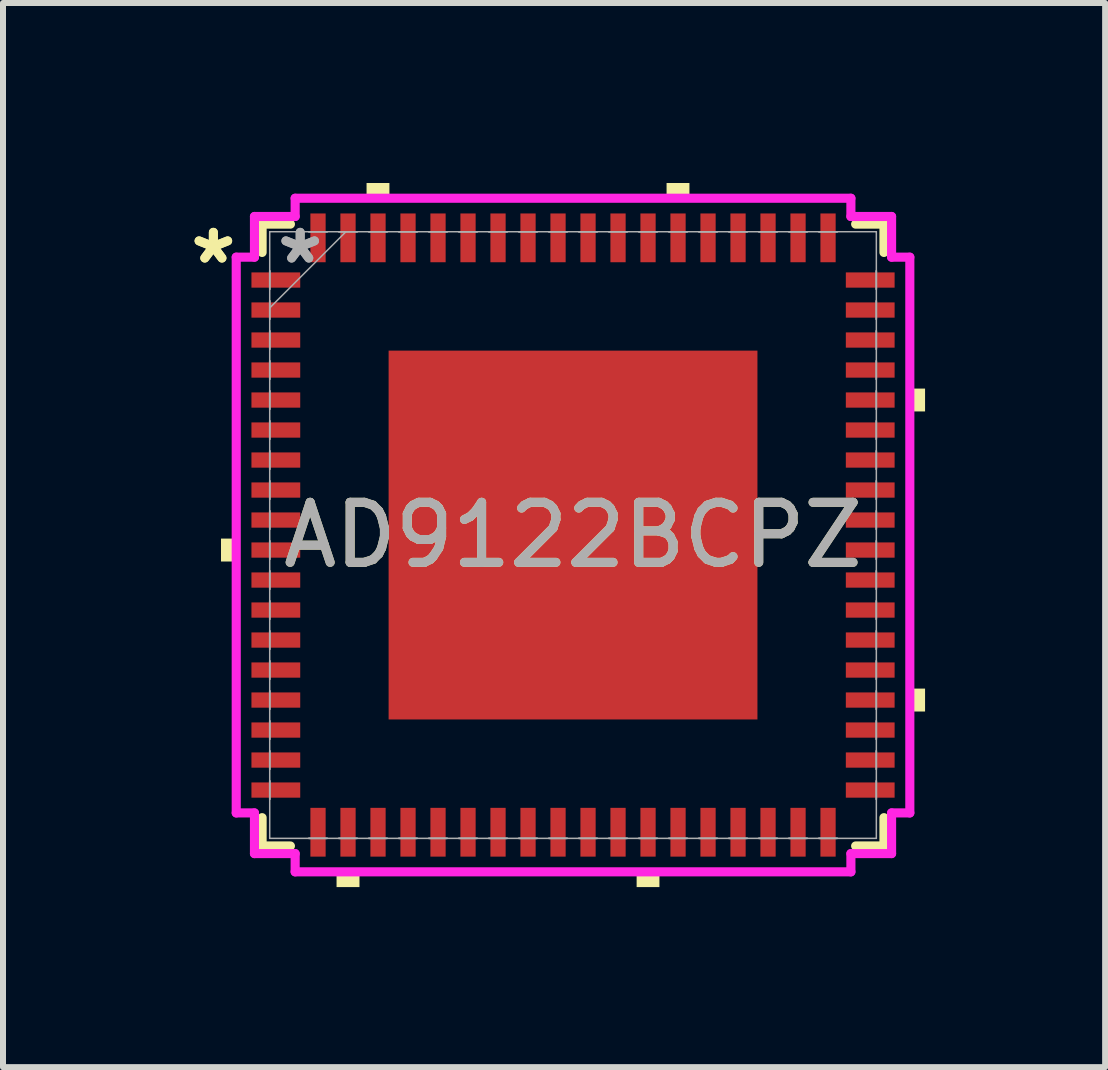
<source format=kicad_pcb>
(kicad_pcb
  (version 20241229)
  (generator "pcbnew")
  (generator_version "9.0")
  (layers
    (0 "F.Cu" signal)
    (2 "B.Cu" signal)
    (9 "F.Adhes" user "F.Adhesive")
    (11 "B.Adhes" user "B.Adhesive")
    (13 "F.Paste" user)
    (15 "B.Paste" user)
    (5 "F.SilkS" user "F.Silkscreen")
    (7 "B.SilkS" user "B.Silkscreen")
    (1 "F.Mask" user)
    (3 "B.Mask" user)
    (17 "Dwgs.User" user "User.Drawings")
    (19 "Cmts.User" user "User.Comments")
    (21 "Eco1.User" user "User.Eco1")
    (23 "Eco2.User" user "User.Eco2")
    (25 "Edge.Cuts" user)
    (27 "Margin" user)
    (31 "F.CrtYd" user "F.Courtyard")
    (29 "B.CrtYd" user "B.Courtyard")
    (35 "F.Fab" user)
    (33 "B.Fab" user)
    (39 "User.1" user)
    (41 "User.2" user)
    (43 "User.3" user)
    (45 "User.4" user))
  (footprint "AD9122BCPZ"
    (layer "F.Cu")
    (at 6.5 5.867)
    (property "Reference" "AD9122BCPZ" (at 0 0 0) (unlocked yes) (layer "F.SilkS") (effects (font (size 1 1) (thickness 0.15))))
    (attr smd)
    (fp_line (start -5.182 -5.182) (end -5.182 -4.71) (stroke (width 0.152) (type solid)) (layer "F.SilkS"))
    (fp_line (start -5.182 4.71) (end -5.182 5.182) (stroke (width 0.152) (type solid)) (layer "F.SilkS"))
    (fp_line (start -5.182 5.182) (end -4.71 5.182) (stroke (width 0.152) (type solid)) (layer "F.SilkS"))
    (fp_line (start -4.71 -5.182) (end -5.182 -5.182) (stroke (width 0.152) (type solid)) (layer "F.SilkS"))
    (fp_line (start 4.71 5.182) (end 5.182 5.182) (stroke (width 0.152) (type solid)) (layer "F.SilkS"))
    (fp_line (start 5.182 -5.182) (end 4.71 -5.182) (stroke (width 0.152) (type solid)) (layer "F.SilkS"))
    (fp_line (start 5.182 -4.71) (end 5.182 -5.182) (stroke (width 0.152) (type solid)) (layer "F.SilkS"))
    (fp_line (start 5.182 5.182) (end 5.182 4.71) (stroke (width 0.152) (type solid)) (layer "F.SilkS"))
    (fp_poly (pts (xy -5.867 0.059) (xy -5.867 0.441) (xy -5.613 0.441) (xy -5.613 0.059)) (stroke (width 0) (type solid)) (fill yes) (layer "F.SilkS"))
    (fp_poly (pts (xy -3.941 5.613) (xy -3.941 5.867) (xy -3.559 5.867) (xy -3.559 5.613)) (stroke (width 0) (type solid)) (fill yes) (layer "F.SilkS"))
    (fp_poly (pts (xy -3.441 -5.613) (xy -3.441 -5.867) (xy -3.06 -5.867) (xy -3.06 -5.613)) (stroke (width 0) (type solid)) (fill yes) (layer "F.SilkS"))
    (fp_poly (pts (xy 1.06 5.613) (xy 1.06 5.867) (xy 1.44 5.867) (xy 1.44 5.613)) (stroke (width 0) (type solid)) (fill yes) (layer "F.SilkS"))
    (fp_poly (pts (xy 1.559 -5.613) (xy 1.559 -5.867) (xy 1.94 -5.867) (xy 1.94 -5.613)) (stroke (width 0) (type solid)) (fill yes) (layer "F.SilkS"))
    (fp_poly (pts (xy 5.867 -2.441) (xy 5.867 -2.06) (xy 5.613 -2.06) (xy 5.613 -2.441)) (stroke (width 0) (type solid)) (fill yes) (layer "F.SilkS"))
    (fp_poly (pts (xy 5.867 2.559) (xy 5.867 2.941) (xy 5.613 2.941) (xy 5.613 2.559)) (stroke (width 0) (type solid)) (fill yes) (layer "F.SilkS"))
    (fp_poly (pts (xy -2.973 -2.973) (xy -2.973 -1.637) (xy -1.637 -1.637) (xy -1.637 -2.973)) (stroke (width 0) (type solid)) (fill yes) (layer "F.Paste"))
    (fp_poly (pts (xy -2.973 -1.437) (xy -2.973 -0.1) (xy -1.637 -0.1) (xy -1.637 -1.437)) (stroke (width 0) (type solid)) (fill yes) (layer "F.Paste"))
    (fp_poly (pts (xy -2.973 0.1) (xy -2.973 1.437) (xy -1.637 1.437) (xy -1.637 0.1)) (stroke (width 0) (type solid)) (fill yes) (layer "F.Paste"))
    (fp_poly (pts (xy -2.973 1.637) (xy -2.973 2.973) (xy -1.637 2.973) (xy -1.637 1.637)) (stroke (width 0) (type solid)) (fill yes) (layer "F.Paste"))
    (fp_poly (pts (xy -1.437 -2.973) (xy -1.437 -1.637) (xy -0.1 -1.637) (xy -0.1 -2.973)) (stroke (width 0) (type solid)) (fill yes) (layer "F.Paste"))
    (fp_poly (pts (xy -1.437 -1.437) (xy -1.437 -0.1) (xy -0.1 -0.1) (xy -0.1 -1.437)) (stroke (width 0) (type solid)) (fill yes) (layer "F.Paste"))
    (fp_poly (pts (xy -1.437 0.1) (xy -1.437 1.437) (xy -0.1 1.437) (xy -0.1 0.1)) (stroke (width 0) (type solid)) (fill yes) (layer "F.Paste"))
    (fp_poly (pts (xy -1.437 1.637) (xy -1.437 2.973) (xy -0.1 2.973) (xy -0.1 1.637)) (stroke (width 0) (type solid)) (fill yes) (layer "F.Paste"))
    (fp_poly (pts (xy 0.1 -2.973) (xy 0.1 -1.637) (xy 1.437 -1.637) (xy 1.437 -2.973)) (stroke (width 0) (type solid)) (fill yes) (layer "F.Paste"))
    (fp_poly (pts (xy 0.1 -1.437) (xy 0.1 -0.1) (xy 1.437 -0.1) (xy 1.437 -1.437)) (stroke (width 0) (type solid)) (fill yes) (layer "F.Paste"))
    (fp_poly (pts (xy 0.1 0.1) (xy 0.1 1.437) (xy 1.437 1.437) (xy 1.437 0.1)) (stroke (width 0) (type solid)) (fill yes) (layer "F.Paste"))
    (fp_poly (pts (xy 0.1 1.637) (xy 0.1 2.973) (xy 1.437 2.973) (xy 1.437 1.637)) (stroke (width 0) (type solid)) (fill yes) (layer "F.Paste"))
    (fp_poly (pts (xy 1.637 -2.973) (xy 1.637 -1.637) (xy 2.973 -1.637) (xy 2.973 -2.973)) (stroke (width 0) (type solid)) (fill yes) (layer "F.Paste"))
    (fp_poly (pts (xy 1.637 -1.437) (xy 1.637 -0.1) (xy 2.973 -0.1) (xy 2.973 -1.437)) (stroke (width 0) (type solid)) (fill yes) (layer "F.Paste"))
    (fp_poly (pts (xy 1.637 0.1) (xy 1.637 1.437) (xy 2.973 1.437) (xy 2.973 0.1)) (stroke (width 0) (type solid)) (fill yes) (layer "F.Paste"))
    (fp_poly (pts (xy 1.637 1.637) (xy 1.637 2.973) (xy 2.973 2.973) (xy 2.973 1.637)) (stroke (width 0) (type solid)) (fill yes) (layer "F.Paste"))
    (fp_line (start -5.613 -4.631) (end -5.309 -4.631) (stroke (width 0.152) (type solid)) (layer "F.CrtYd"))
    (fp_line (start -5.613 4.631) (end -5.613 -4.631) (stroke (width 0.152) (type solid)) (layer "F.CrtYd"))
    (fp_line (start -5.309 -5.309) (end -4.631 -5.309) (stroke (width 0.152) (type solid)) (layer "F.CrtYd"))
    (fp_line (start -5.309 -4.631) (end -5.309 -5.309) (stroke (width 0.152) (type solid)) (layer "F.CrtYd"))
    (fp_line (start -5.309 4.631) (end -5.613 4.631) (stroke (width 0.152) (type solid)) (layer "F.CrtYd"))
    (fp_line (start -5.309 5.309) (end -5.309 4.631) (stroke (width 0.152) (type solid)) (layer "F.CrtYd"))
    (fp_line (start -4.631 -5.613) (end 4.631 -5.613) (stroke (width 0.152) (type solid)) (layer "F.CrtYd"))
    (fp_line (start -4.631 -5.309) (end -4.631 -5.613) (stroke (width 0.152) (type solid)) (layer "F.CrtYd"))
    (fp_line (start -4.631 5.309) (end -5.309 5.309) (stroke (width 0.152) (type solid)) (layer "F.CrtYd"))
    (fp_line (start -4.631 5.613) (end -4.631 5.309) (stroke (width 0.152) (type solid)) (layer "F.CrtYd"))
    (fp_line (start 4.631 -5.613) (end 4.631 -5.309) (stroke (width 0.152) (type solid)) (layer "F.CrtYd"))
    (fp_line (start 4.631 -5.309) (end 5.309 -5.309) (stroke (width 0.152) (type solid)) (layer "F.CrtYd"))
    (fp_line (start 4.631 5.309) (end 4.631 5.613) (stroke (width 0.152) (type solid)) (layer "F.CrtYd"))
    (fp_line (start 4.631 5.613) (end -4.631 5.613) (stroke (width 0.152) (type solid)) (layer "F.CrtYd"))
    (fp_line (start 5.309 -5.309) (end 5.309 -4.631) (stroke (width 0.152) (type solid)) (layer "F.CrtYd"))
    (fp_line (start 5.309 -4.631) (end 5.613 -4.631) (stroke (width 0.152) (type solid)) (layer "F.CrtYd"))
    (fp_line (start 5.309 4.631) (end 5.309 5.309) (stroke (width 0.152) (type solid)) (layer "F.CrtYd"))
    (fp_line (start 5.309 5.309) (end 4.631 5.309) (stroke (width 0.152) (type solid)) (layer "F.CrtYd"))
    (fp_line (start 5.613 -4.631) (end 5.613 4.631) (stroke (width 0.152) (type solid)) (layer "F.CrtYd"))
    (fp_line (start 5.613 4.631) (end 5.309 4.631) (stroke (width 0.152) (type solid)) (layer "F.CrtYd"))
    (fp_line (start -5.055 -5.055) (end -5.055 -5.055) (stroke (width 0.025) (type solid)) (layer "F.Fab"))
    (fp_line (start -5.055 -5.055) (end -5.055 5.055) (stroke (width 0.025) (type solid)) (layer "F.Fab"))
    (fp_line (start -5.055 -4.402) (end -5.055 -4.402) (stroke (width 0.025) (type solid)) (layer "F.Fab"))
    (fp_line (start -5.055 -4.402) (end -5.055 -4.098) (stroke (width 0.025) (type solid)) (layer "F.Fab"))
    (fp_line (start -5.055 -4.098) (end -5.055 -4.402) (stroke (width 0.025) (type solid)) (layer "F.Fab"))
    (fp_line (start -5.055 -4.098) (end -5.055 -4.098) (stroke (width 0.025) (type solid)) (layer "F.Fab"))
    (fp_line (start -5.055 -3.902) (end -5.055 -3.902) (stroke (width 0.025) (type solid)) (layer "F.Fab"))
    (fp_line (start -5.055 -3.902) (end -5.055 -3.598) (stroke (width 0.025) (type solid)) (layer "F.Fab"))
    (fp_line (start -5.055 -3.785) (end -3.785 -5.055) (stroke (width 0.025) (type solid)) (layer "F.Fab"))
    (fp_line (start -5.055 -3.598) (end -5.055 -3.902) (stroke (width 0.025) (type solid)) (layer "F.Fab"))
    (fp_line (start -5.055 -3.598) (end -5.055 -3.598) (stroke (width 0.025) (type solid)) (layer "F.Fab"))
    (fp_line (start -5.055 -3.402) (end -5.055 -3.402) (stroke (width 0.025) (type solid)) (layer "F.Fab"))
    (fp_line (start -5.055 -3.402) (end -5.055 -3.098) (stroke (width 0.025) (type solid)) (layer "F.Fab"))
    (fp_line (start -5.055 -3.098) (end -5.055 -3.402) (stroke (width 0.025) (type solid)) (layer "F.Fab"))
    (fp_line (start -5.055 -3.098) (end -5.055 -3.098) (stroke (width 0.025) (type solid)) (layer "F.Fab"))
    (fp_line (start -5.055 -2.902) (end -5.055 -2.902) (stroke (width 0.025) (type solid)) (layer "F.Fab"))
    (fp_line (start -5.055 -2.902) (end -5.055 -2.598) (stroke (width 0.025) (type solid)) (layer "F.Fab"))
    (fp_line (start -5.055 -2.598) (end -5.055 -2.902) (stroke (width 0.025) (type solid)) (layer "F.Fab"))
    (fp_line (start -5.055 -2.598) (end -5.055 -2.598) (stroke (width 0.025) (type solid)) (layer "F.Fab"))
    (fp_line (start -5.055 -2.402) (end -5.055 -2.402) (stroke (width 0.025) (type solid)) (layer "F.Fab"))
    (fp_line (start -5.055 -2.402) (end -5.055 -2.098) (stroke (width 0.025) (type solid)) (layer "F.Fab"))
    (fp_line (start -5.055 -2.098) (end -5.055 -2.402) (stroke (width 0.025) (type solid)) (layer "F.Fab"))
    (fp_line (start -5.055 -2.098) (end -5.055 -2.098) (stroke (width 0.025) (type solid)) (layer "F.Fab"))
    (fp_line (start -5.055 -1.902) (end -5.055 -1.902) (stroke (width 0.025) (type solid)) (layer "F.Fab"))
    (fp_line (start -5.055 -1.902) (end -5.055 -1.598) (stroke (width 0.025) (type solid)) (layer "F.Fab"))
    (fp_line (start -5.055 -1.598) (end -5.055 -1.902) (stroke (width 0.025) (type solid)) (layer "F.Fab"))
    (fp_line (start -5.055 -1.598) (end -5.055 -1.598) (stroke (width 0.025) (type solid)) (layer "F.Fab"))
    (fp_line (start -5.055 -1.402) (end -5.055 -1.402) (stroke (width 0.025) (type solid)) (layer "F.Fab"))
    (fp_line (start -5.055 -1.402) (end -5.055 -1.098) (stroke (width 0.025) (type solid)) (layer "F.Fab"))
    (fp_line (start -5.055 -1.098) (end -5.055 -1.402) (stroke (width 0.025) (type solid)) (layer "F.Fab"))
    (fp_line (start -5.055 -1.098) (end -5.055 -1.098) (stroke (width 0.025) (type solid)) (layer "F.Fab"))
    (fp_line (start -5.055 -0.902) (end -5.055 -0.902) (stroke (width 0.025) (type solid)) (layer "F.Fab"))
    (fp_line (start -5.055 -0.902) (end -5.055 -0.598) (stroke (width 0.025) (type solid)) (layer "F.Fab"))
    (fp_line (start -5.055 -0.598) (end -5.055 -0.902) (stroke (width 0.025) (type solid)) (layer "F.Fab"))
    (fp_line (start -5.055 -0.598) (end -5.055 -0.598) (stroke (width 0.025) (type solid)) (layer "F.Fab"))
    (fp_line (start -5.055 -0.402) (end -5.055 -0.402) (stroke (width 0.025) (type solid)) (layer "F.Fab"))
    (fp_line (start -5.055 -0.402) (end -5.055 -0.098) (stroke (width 0.025) (type solid)) (layer "F.Fab"))
    (fp_line (start -5.055 -0.098) (end -5.055 -0.402) (stroke (width 0.025) (type solid)) (layer "F.Fab"))
    (fp_line (start -5.055 -0.098) (end -5.055 -0.098) (stroke (width 0.025) (type solid)) (layer "F.Fab"))
    (fp_line (start -5.055 0.098) (end -5.055 0.098) (stroke (width 0.025) (type solid)) (layer "F.Fab"))
    (fp_line (start -5.055 0.098) (end -5.055 0.402) (stroke (width 0.025) (type solid)) (layer "F.Fab"))
    (fp_line (start -5.055 0.402) (end -5.055 0.098) (stroke (width 0.025) (type solid)) (layer "F.Fab"))
    (fp_line (start -5.055 0.402) (end -5.055 0.402) (stroke (width 0.025) (type solid)) (layer "F.Fab"))
    (fp_line (start -5.055 0.598) (end -5.055 0.598) (stroke (width 0.025) (type solid)) (layer "F.Fab"))
    (fp_line (start -5.055 0.598) (end -5.055 0.902) (stroke (width 0.025) (type solid)) (layer "F.Fab"))
    (fp_line (start -5.055 0.902) (end -5.055 0.598) (stroke (width 0.025) (type solid)) (layer "F.Fab"))
    (fp_line (start -5.055 0.902) (end -5.055 0.902) (stroke (width 0.025) (type solid)) (layer "F.Fab"))
    (fp_line (start -5.055 1.098) (end -5.055 1.098) (stroke (width 0.025) (type solid)) (layer "F.Fab"))
    (fp_line (start -5.055 1.098) (end -5.055 1.402) (stroke (width 0.025) (type solid)) (layer "F.Fab"))
    (fp_line (start -5.055 1.402) (end -5.055 1.098) (stroke (width 0.025) (type solid)) (layer "F.Fab"))
    (fp_line (start -5.055 1.402) (end -5.055 1.402) (stroke (width 0.025) (type solid)) (layer "F.Fab"))
    (fp_line (start -5.055 1.598) (end -5.055 1.598) (stroke (width 0.025) (type solid)) (layer "F.Fab"))
    (fp_line (start -5.055 1.598) (end -5.055 1.902) (stroke (width 0.025) (type solid)) (layer "F.Fab"))
    (fp_line (start -5.055 1.902) (end -5.055 1.598) (stroke (width 0.025) (type solid)) (layer "F.Fab"))
    (fp_line (start -5.055 1.902) (end -5.055 1.902) (stroke (width 0.025) (type solid)) (layer "F.Fab"))
    (fp_line (start -5.055 2.098) (end -5.055 2.098) (stroke (width 0.025) (type solid)) (layer "F.Fab"))
    (fp_line (start -5.055 2.098) (end -5.055 2.402) (stroke (width 0.025) (type solid)) (layer "F.Fab"))
    (fp_line (start -5.055 2.402) (end -5.055 2.098) (stroke (width 0.025) (type solid)) (layer "F.Fab"))
    (fp_line (start -5.055 2.402) (end -5.055 2.402) (stroke (width 0.025) (type solid)) (layer "F.Fab"))
    (fp_line (start -5.055 2.598) (end -5.055 2.598) (stroke (width 0.025) (type solid)) (layer "F.Fab"))
    (fp_line (start -5.055 2.598) (end -5.055 2.902) (stroke (width 0.025) (type solid)) (layer "F.Fab"))
    (fp_line (start -5.055 2.902) (end -5.055 2.598) (stroke (width 0.025) (type solid)) (layer "F.Fab"))
    (fp_line (start -5.055 2.902) (end -5.055 2.902) (stroke (width 0.025) (type solid)) (layer "F.Fab"))
    (fp_line (start -5.055 3.098) (end -5.055 3.098) (stroke (width 0.025) (type solid)) (layer "F.Fab"))
    (fp_line (start -5.055 3.098) (end -5.055 3.402) (stroke (width 0.025) (type solid)) (layer "F.Fab"))
    (fp_line (start -5.055 3.402) (end -5.055 3.098) (stroke (width 0.025) (type solid)) (layer "F.Fab"))
    (fp_line (start -5.055 3.402) (end -5.055 3.402) (stroke (width 0.025) (type solid)) (layer "F.Fab"))
    (fp_line (start -5.055 3.598) (end -5.055 3.598) (stroke (width 0.025) (type solid)) (layer "F.Fab"))
    (fp_line (start -5.055 3.598) (end -5.055 3.902) (stroke (width 0.025) (type solid)) (layer "F.Fab"))
    (fp_line (start -5.055 3.902) (end -5.055 3.598) (stroke (width 0.025) (type solid)) (layer "F.Fab"))
    (fp_line (start -5.055 3.902) (end -5.055 3.902) (stroke (width 0.025) (type solid)) (layer "F.Fab"))
    (fp_line (start -5.055 4.098) (end -5.055 4.098) (stroke (width 0.025) (type solid)) (layer "F.Fab"))
    (fp_line (start -5.055 4.098) (end -5.055 4.402) (stroke (width 0.025) (type solid)) (layer "F.Fab"))
    (fp_line (start -5.055 4.402) (end -5.055 4.098) (stroke (width 0.025) (type solid)) (layer "F.Fab"))
    (fp_line (start -5.055 4.402) (end -5.055 4.402) (stroke (width 0.025) (type solid)) (layer "F.Fab"))
    (fp_line (start -5.055 5.055) (end -5.055 5.055) (stroke (width 0.025) (type solid)) (layer "F.Fab"))
    (fp_line (start -5.055 5.055) (end 5.055 5.055) (stroke (width 0.025) (type solid)) (layer "F.Fab"))
    (fp_line (start -4.402 -5.055) (end -4.402 -5.055) (stroke (width 0.025) (type solid)) (layer "F.Fab"))
    (fp_line (start -4.402 -5.055) (end -4.098 -5.055) (stroke (width 0.025) (type solid)) (layer "F.Fab"))
    (fp_line (start -4.402 5.055) (end -4.402 5.055) (stroke (width 0.025) (type solid)) (layer "F.Fab"))
    (fp_line (start -4.402 5.055) (end -4.098 5.055) (stroke (width 0.025) (type solid)) (layer "F.Fab"))
    (fp_line (start -4.098 -5.055) (end -4.402 -5.055) (stroke (width 0.025) (type solid)) (layer "F.Fab"))
    (fp_line (start -4.098 -5.055) (end -4.098 -5.055) (stroke (width 0.025) (type solid)) (layer "F.Fab"))
    (fp_line (start -4.098 5.055) (end -4.402 5.055) (stroke (width 0.025) (type solid)) (layer "F.Fab"))
    (fp_line (start -4.098 5.055) (end -4.098 5.055) (stroke (width 0.025) (type solid)) (layer "F.Fab"))
    (fp_line (start -3.902 -5.055) (end -3.902 -5.055) (stroke (width 0.025) (type solid)) (layer "F.Fab"))
    (fp_line (start -3.902 -5.055) (end -3.598 -5.055) (stroke (width 0.025) (type solid)) (layer "F.Fab"))
    (fp_line (start -3.902 5.055) (end -3.902 5.055) (stroke (width 0.025) (type solid)) (layer "F.Fab"))
    (fp_line (start -3.902 5.055) (end -3.598 5.055) (stroke (width 0.025) (type solid)) (layer "F.Fab"))
    (fp_line (start -3.598 -5.055) (end -3.902 -5.055) (stroke (width 0.025) (type solid)) (layer "F.Fab"))
    (fp_line (start -3.598 -5.055) (end -3.598 -5.055) (stroke (width 0.025) (type solid)) (layer "F.Fab"))
    (fp_line (start -3.598 5.055) (end -3.902 5.055) (stroke (width 0.025) (type solid)) (layer "F.Fab"))
    (fp_line (start -3.598 5.055) (end -3.598 5.055) (stroke (width 0.025) (type solid)) (layer "F.Fab"))
    (fp_line (start -3.402 -5.055) (end -3.402 -5.055) (stroke (width 0.025) (type solid)) (layer "F.Fab"))
    (fp_line (start -3.402 -5.055) (end -3.098 -5.055) (stroke (width 0.025) (type solid)) (layer "F.Fab"))
    (fp_line (start -3.402 5.055) (end -3.402 5.055) (stroke (width 0.025) (type solid)) (layer "F.Fab"))
    (fp_line (start -3.402 5.055) (end -3.098 5.055) (stroke (width 0.025) (type solid)) (layer "F.Fab"))
    (fp_line (start -3.098 -5.055) (end -3.402 -5.055) (stroke (width 0.025) (type solid)) (layer "F.Fab"))
    (fp_line (start -3.098 -5.055) (end -3.098 -5.055) (stroke (width 0.025) (type solid)) (layer "F.Fab"))
    (fp_line (start -3.098 5.055) (end -3.402 5.055) (stroke (width 0.025) (type solid)) (layer "F.Fab"))
    (fp_line (start -3.098 5.055) (end -3.098 5.055) (stroke (width 0.025) (type solid)) (layer "F.Fab"))
    (fp_line (start -2.902 -5.055) (end -2.902 -5.055) (stroke (width 0.025) (type solid)) (layer "F.Fab"))
    (fp_line (start -2.902 -5.055) (end -2.598 -5.055) (stroke (width 0.025) (type solid)) (layer "F.Fab"))
    (fp_line (start -2.902 5.055) (end -2.902 5.055) (stroke (width 0.025) (type solid)) (layer "F.Fab"))
    (fp_line (start -2.902 5.055) (end -2.598 5.055) (stroke (width 0.025) (type solid)) (layer "F.Fab"))
    (fp_line (start -2.598 -5.055) (end -2.902 -5.055) (stroke (width 0.025) (type solid)) (layer "F.Fab"))
    (fp_line (start -2.598 -5.055) (end -2.598 -5.055) (stroke (width 0.025) (type solid)) (layer "F.Fab"))
    (fp_line (start -2.598 5.055) (end -2.902 5.055) (stroke (width 0.025) (type solid)) (layer "F.Fab"))
    (fp_line (start -2.598 5.055) (end -2.598 5.055) (stroke (width 0.025) (type solid)) (layer "F.Fab"))
    (fp_line (start -2.402 -5.055) (end -2.402 -5.055) (stroke (width 0.025) (type solid)) (layer "F.Fab"))
    (fp_line (start -2.402 -5.055) (end -2.098 -5.055) (stroke (width 0.025) (type solid)) (layer "F.Fab"))
    (fp_line (start -2.402 5.055) (end -2.402 5.055) (stroke (width 0.025) (type solid)) (layer "F.Fab"))
    (fp_line (start -2.402 5.055) (end -2.098 5.055) (stroke (width 0.025) (type solid)) (layer "F.Fab"))
    (fp_line (start -2.098 -5.055) (end -2.402 -5.055) (stroke (width 0.025) (type solid)) (layer "F.Fab"))
    (fp_line (start -2.098 -5.055) (end -2.098 -5.055) (stroke (width 0.025) (type solid)) (layer "F.Fab"))
    (fp_line (start -2.098 5.055) (end -2.402 5.055) (stroke (width 0.025) (type solid)) (layer "F.Fab"))
    (fp_line (start -2.098 5.055) (end -2.098 5.055) (stroke (width 0.025) (type solid)) (layer "F.Fab"))
    (fp_line (start -1.902 -5.055) (end -1.902 -5.055) (stroke (width 0.025) (type solid)) (layer "F.Fab"))
    (fp_line (start -1.902 -5.055) (end -1.598 -5.055) (stroke (width 0.025) (type solid)) (layer "F.Fab"))
    (fp_line (start -1.902 5.055) (end -1.902 5.055) (stroke (width 0.025) (type solid)) (layer "F.Fab"))
    (fp_line (start -1.902 5.055) (end -1.598 5.055) (stroke (width 0.025) (type solid)) (layer "F.Fab"))
    (fp_line (start -1.598 -5.055) (end -1.902 -5.055) (stroke (width 0.025) (type solid)) (layer "F.Fab"))
    (fp_line (start -1.598 -5.055) (end -1.598 -5.055) (stroke (width 0.025) (type solid)) (layer "F.Fab"))
    (fp_line (start -1.598 5.055) (end -1.902 5.055) (stroke (width 0.025) (type solid)) (layer "F.Fab"))
    (fp_line (start -1.598 5.055) (end -1.598 5.055) (stroke (width 0.025) (type solid)) (layer "F.Fab"))
    (fp_line (start -1.402 -5.055) (end -1.402 -5.055) (stroke (width 0.025) (type solid)) (layer "F.Fab"))
    (fp_line (start -1.402 -5.055) (end -1.098 -5.055) (stroke (width 0.025) (type solid)) (layer "F.Fab"))
    (fp_line (start -1.402 5.055) (end -1.402 5.055) (stroke (width 0.025) (type solid)) (layer "F.Fab"))
    (fp_line (start -1.402 5.055) (end -1.098 5.055) (stroke (width 0.025) (type solid)) (layer "F.Fab"))
    (fp_line (start -1.098 -5.055) (end -1.402 -5.055) (stroke (width 0.025) (type solid)) (layer "F.Fab"))
    (fp_line (start -1.098 -5.055) (end -1.098 -5.055) (stroke (width 0.025) (type solid)) (layer "F.Fab"))
    (fp_line (start -1.098 5.055) (end -1.402 5.055) (stroke (width 0.025) (type solid)) (layer "F.Fab"))
    (fp_line (start -1.098 5.055) (end -1.098 5.055) (stroke (width 0.025) (type solid)) (layer "F.Fab"))
    (fp_line (start -0.902 -5.055) (end -0.902 -5.055) (stroke (width 0.025) (type solid)) (layer "F.Fab"))
    (fp_line (start -0.902 -5.055) (end -0.598 -5.055) (stroke (width 0.025) (type solid)) (layer "F.Fab"))
    (fp_line (start -0.902 5.055) (end -0.902 5.055) (stroke (width 0.025) (type solid)) (layer "F.Fab"))
    (fp_line (start -0.902 5.055) (end -0.598 5.055) (stroke (width 0.025) (type solid)) (layer "F.Fab"))
    (fp_line (start -0.598 -5.055) (end -0.902 -5.055) (stroke (width 0.025) (type solid)) (layer "F.Fab"))
    (fp_line (start -0.598 -5.055) (end -0.598 -5.055) (stroke (width 0.025) (type solid)) (layer "F.Fab"))
    (fp_line (start -0.598 5.055) (end -0.902 5.055) (stroke (width 0.025) (type solid)) (layer "F.Fab"))
    (fp_line (start -0.598 5.055) (end -0.598 5.055) (stroke (width 0.025) (type solid)) (layer "F.Fab"))
    (fp_line (start -0.402 -5.055) (end -0.402 -5.055) (stroke (width 0.025) (type solid)) (layer "F.Fab"))
    (fp_line (start -0.402 -5.055) (end -0.098 -5.055) (stroke (width 0.025) (type solid)) (layer "F.Fab"))
    (fp_line (start -0.402 5.055) (end -0.402 5.055) (stroke (width 0.025) (type solid)) (layer "F.Fab"))
    (fp_line (start -0.402 5.055) (end -0.098 5.055) (stroke (width 0.025) (type solid)) (layer "F.Fab"))
    (fp_line (start -0.098 -5.055) (end -0.402 -5.055) (stroke (width 0.025) (type solid)) (layer "F.Fab"))
    (fp_line (start -0.098 -5.055) (end -0.098 -5.055) (stroke (width 0.025) (type solid)) (layer "F.Fab"))
    (fp_line (start -0.098 5.055) (end -0.402 5.055) (stroke (width 0.025) (type solid)) (layer "F.Fab"))
    (fp_line (start -0.098 5.055) (end -0.098 5.055) (stroke (width 0.025) (type solid)) (layer "F.Fab"))
    (fp_line (start 0.098 -5.055) (end 0.098 -5.055) (stroke (width 0.025) (type solid)) (layer "F.Fab"))
    (fp_line (start 0.098 -5.055) (end 0.402 -5.055) (stroke (width 0.025) (type solid)) (layer "F.Fab"))
    (fp_line (start 0.098 5.055) (end 0.098 5.055) (stroke (width 0.025) (type solid)) (layer "F.Fab"))
    (fp_line (start 0.098 5.055) (end 0.402 5.055) (stroke (width 0.025) (type solid)) (layer "F.Fab"))
    (fp_line (start 0.402 -5.055) (end 0.098 -5.055) (stroke (width 0.025) (type solid)) (layer "F.Fab"))
    (fp_line (start 0.402 -5.055) (end 0.402 -5.055) (stroke (width 0.025) (type solid)) (layer "F.Fab"))
    (fp_line (start 0.402 5.055) (end 0.098 5.055) (stroke (width 0.025) (type solid)) (layer "F.Fab"))
    (fp_line (start 0.402 5.055) (end 0.402 5.055) (stroke (width 0.025) (type solid)) (layer "F.Fab"))
    (fp_line (start 0.598 -5.055) (end 0.598 -5.055) (stroke (width 0.025) (type solid)) (layer "F.Fab"))
    (fp_line (start 0.598 -5.055) (end 0.902 -5.055) (stroke (width 0.025) (type solid)) (layer "F.Fab"))
    (fp_line (start 0.598 5.055) (end 0.598 5.055) (stroke (width 0.025) (type solid)) (layer "F.Fab"))
    (fp_line (start 0.598 5.055) (end 0.902 5.055) (stroke (width 0.025) (type solid)) (layer "F.Fab"))
    (fp_line (start 0.902 -5.055) (end 0.598 -5.055) (stroke (width 0.025) (type solid)) (layer "F.Fab"))
    (fp_line (start 0.902 -5.055) (end 0.902 -5.055) (stroke (width 0.025) (type solid)) (layer "F.Fab"))
    (fp_line (start 0.902 5.055) (end 0.598 5.055) (stroke (width 0.025) (type solid)) (layer "F.Fab"))
    (fp_line (start 0.902 5.055) (end 0.902 5.055) (stroke (width 0.025) (type solid)) (layer "F.Fab"))
    (fp_line (start 1.098 -5.055) (end 1.098 -5.055) (stroke (width 0.025) (type solid)) (layer "F.Fab"))
    (fp_line (start 1.098 -5.055) (end 1.402 -5.055) (stroke (width 0.025) (type solid)) (layer "F.Fab"))
    (fp_line (start 1.098 5.055) (end 1.098 5.055) (stroke (width 0.025) (type solid)) (layer "F.Fab"))
    (fp_line (start 1.098 5.055) (end 1.402 5.055) (stroke (width 0.025) (type solid)) (layer "F.Fab"))
    (fp_line (start 1.402 -5.055) (end 1.098 -5.055) (stroke (width 0.025) (type solid)) (layer "F.Fab"))
    (fp_line (start 1.402 -5.055) (end 1.402 -5.055) (stroke (width 0.025) (type solid)) (layer "F.Fab"))
    (fp_line (start 1.402 5.055) (end 1.098 5.055) (stroke (width 0.025) (type solid)) (layer "F.Fab"))
    (fp_line (start 1.402 5.055) (end 1.402 5.055) (stroke (width 0.025) (type solid)) (layer "F.Fab"))
    (fp_line (start 1.598 -5.055) (end 1.598 -5.055) (stroke (width 0.025) (type solid)) (layer "F.Fab"))
    (fp_line (start 1.598 -5.055) (end 1.902 -5.055) (stroke (width 0.025) (type solid)) (layer "F.Fab"))
    (fp_line (start 1.598 5.055) (end 1.598 5.055) (stroke (width 0.025) (type solid)) (layer "F.Fab"))
    (fp_line (start 1.598 5.055) (end 1.902 5.055) (stroke (width 0.025) (type solid)) (layer "F.Fab"))
    (fp_line (start 1.902 -5.055) (end 1.598 -5.055) (stroke (width 0.025) (type solid)) (layer "F.Fab"))
    (fp_line (start 1.902 -5.055) (end 1.902 -5.055) (stroke (width 0.025) (type solid)) (layer "F.Fab"))
    (fp_line (start 1.902 5.055) (end 1.598 5.055) (stroke (width 0.025) (type solid)) (layer "F.Fab"))
    (fp_line (start 1.902 5.055) (end 1.902 5.055) (stroke (width 0.025) (type solid)) (layer "F.Fab"))
    (fp_line (start 2.098 -5.055) (end 2.098 -5.055) (stroke (width 0.025) (type solid)) (layer "F.Fab"))
    (fp_line (start 2.098 -5.055) (end 2.402 -5.055) (stroke (width 0.025) (type solid)) (layer "F.Fab"))
    (fp_line (start 2.098 5.055) (end 2.098 5.055) (stroke (width 0.025) (type solid)) (layer "F.Fab"))
    (fp_line (start 2.098 5.055) (end 2.402 5.055) (stroke (width 0.025) (type solid)) (layer "F.Fab"))
    (fp_line (start 2.402 -5.055) (end 2.098 -5.055) (stroke (width 0.025) (type solid)) (layer "F.Fab"))
    (fp_line (start 2.402 -5.055) (end 2.402 -5.055) (stroke (width 0.025) (type solid)) (layer "F.Fab"))
    (fp_line (start 2.402 5.055) (end 2.098 5.055) (stroke (width 0.025) (type solid)) (layer "F.Fab"))
    (fp_line (start 2.402 5.055) (end 2.402 5.055) (stroke (width 0.025) (type solid)) (layer "F.Fab"))
    (fp_line (start 2.598 -5.055) (end 2.598 -5.055) (stroke (width 0.025) (type solid)) (layer "F.Fab"))
    (fp_line (start 2.598 -5.055) (end 2.902 -5.055) (stroke (width 0.025) (type solid)) (layer "F.Fab"))
    (fp_line (start 2.598 5.055) (end 2.598 5.055) (stroke (width 0.025) (type solid)) (layer "F.Fab"))
    (fp_line (start 2.598 5.055) (end 2.902 5.055) (stroke (width 0.025) (type solid)) (layer "F.Fab"))
    (fp_line (start 2.902 -5.055) (end 2.598 -5.055) (stroke (width 0.025) (type solid)) (layer "F.Fab"))
    (fp_line (start 2.902 -5.055) (end 2.902 -5.055) (stroke (width 0.025) (type solid)) (layer "F.Fab"))
    (fp_line (start 2.902 5.055) (end 2.598 5.055) (stroke (width 0.025) (type solid)) (layer "F.Fab"))
    (fp_line (start 2.902 5.055) (end 2.902 5.055) (stroke (width 0.025) (type solid)) (layer "F.Fab"))
    (fp_line (start 3.098 -5.055) (end 3.098 -5.055) (stroke (width 0.025) (type solid)) (layer "F.Fab"))
    (fp_line (start 3.098 -5.055) (end 3.402 -5.055) (stroke (width 0.025) (type solid)) (layer "F.Fab"))
    (fp_line (start 3.098 5.055) (end 3.098 5.055) (stroke (width 0.025) (type solid)) (layer "F.Fab"))
    (fp_line (start 3.098 5.055) (end 3.402 5.055) (stroke (width 0.025) (type solid)) (layer "F.Fab"))
    (fp_line (start 3.402 -5.055) (end 3.098 -5.055) (stroke (width 0.025) (type solid)) (layer "F.Fab"))
    (fp_line (start 3.402 -5.055) (end 3.402 -5.055) (stroke (width 0.025) (type solid)) (layer "F.Fab"))
    (fp_line (start 3.402 5.055) (end 3.098 5.055) (stroke (width 0.025) (type solid)) (layer "F.Fab"))
    (fp_line (start 3.402 5.055) (end 3.402 5.055) (stroke (width 0.025) (type solid)) (layer "F.Fab"))
    (fp_line (start 3.598 -5.055) (end 3.598 -5.055) (stroke (width 0.025) (type solid)) (layer "F.Fab"))
    (fp_line (start 3.598 -5.055) (end 3.902 -5.055) (stroke (width 0.025) (type solid)) (layer "F.Fab"))
    (fp_line (start 3.598 5.055) (end 3.598 5.055) (stroke (width 0.025) (type solid)) (layer "F.Fab"))
    (fp_line (start 3.598 5.055) (end 3.902 5.055) (stroke (width 0.025) (type solid)) (layer "F.Fab"))
    (fp_line (start 3.902 -5.055) (end 3.598 -5.055) (stroke (width 0.025) (type solid)) (layer "F.Fab"))
    (fp_line (start 3.902 -5.055) (end 3.902 -5.055) (stroke (width 0.025) (type solid)) (layer "F.Fab"))
    (fp_line (start 3.902 5.055) (end 3.598 5.055) (stroke (width 0.025) (type solid)) (layer "F.Fab"))
    (fp_line (start 3.902 5.055) (end 3.902 5.055) (stroke (width 0.025) (type solid)) (layer "F.Fab"))
    (fp_line (start 4.098 -5.055) (end 4.098 -5.055) (stroke (width 0.025) (type solid)) (layer "F.Fab"))
    (fp_line (start 4.098 -5.055) (end 4.402 -5.055) (stroke (width 0.025) (type solid)) (layer "F.Fab"))
    (fp_line (start 4.098 5.055) (end 4.098 5.055) (stroke (width 0.025) (type solid)) (layer "F.Fab"))
    (fp_line (start 4.098 5.055) (end 4.402 5.055) (stroke (width 0.025) (type solid)) (layer "F.Fab"))
    (fp_line (start 4.402 -5.055) (end 4.098 -5.055) (stroke (width 0.025) (type solid)) (layer "F.Fab"))
    (fp_line (start 4.402 -5.055) (end 4.402 -5.055) (stroke (width 0.025) (type solid)) (layer "F.Fab"))
    (fp_line (start 4.402 5.055) (end 4.098 5.055) (stroke (width 0.025) (type solid)) (layer "F.Fab"))
    (fp_line (start 4.402 5.055) (end 4.402 5.055) (stroke (width 0.025) (type solid)) (layer "F.Fab"))
    (fp_line (start 5.055 -5.055) (end -5.055 -5.055) (stroke (width 0.025) (type solid)) (layer "F.Fab"))
    (fp_line (start 5.055 -5.055) (end 5.055 -5.055) (stroke (width 0.025) (type solid)) (layer "F.Fab"))
    (fp_line (start 5.055 -4.402) (end 5.055 -4.402) (stroke (width 0.025) (type solid)) (layer "F.Fab"))
    (fp_line (start 5.055 -4.402) (end 5.055 -4.098) (stroke (width 0.025) (type solid)) (layer "F.Fab"))
    (fp_line (start 5.055 -4.098) (end 5.055 -4.402) (stroke (width 0.025) (type solid)) (layer "F.Fab"))
    (fp_line (start 5.055 -4.098) (end 5.055 -4.098) (stroke (width 0.025) (type solid)) (layer "F.Fab"))
    (fp_line (start 5.055 -3.902) (end 5.055 -3.902) (stroke (width 0.025) (type solid)) (layer "F.Fab"))
    (fp_line (start 5.055 -3.902) (end 5.055 -3.598) (stroke (width 0.025) (type solid)) (layer "F.Fab"))
    (fp_line (start 5.055 -3.598) (end 5.055 -3.902) (stroke (width 0.025) (type solid)) (layer "F.Fab"))
    (fp_line (start 5.055 -3.598) (end 5.055 -3.598) (stroke (width 0.025) (type solid)) (layer "F.Fab"))
    (fp_line (start 5.055 -3.402) (end 5.055 -3.402) (stroke (width 0.025) (type solid)) (layer "F.Fab"))
    (fp_line (start 5.055 -3.402) (end 5.055 -3.098) (stroke (width 0.025) (type solid)) (layer "F.Fab"))
    (fp_line (start 5.055 -3.098) (end 5.055 -3.402) (stroke (width 0.025) (type solid)) (layer "F.Fab"))
    (fp_line (start 5.055 -3.098) (end 5.055 -3.098) (stroke (width 0.025) (type solid)) (layer "F.Fab"))
    (fp_line (start 5.055 -2.902) (end 5.055 -2.902) (stroke (width 0.025) (type solid)) (layer "F.Fab"))
    (fp_line (start 5.055 -2.902) (end 5.055 -2.598) (stroke (width 0.025) (type solid)) (layer "F.Fab"))
    (fp_line (start 5.055 -2.598) (end 5.055 -2.902) (stroke (width 0.025) (type solid)) (layer "F.Fab"))
    (fp_line (start 5.055 -2.598) (end 5.055 -2.598) (stroke (width 0.025) (type solid)) (layer "F.Fab"))
    (fp_line (start 5.055 -2.402) (end 5.055 -2.402) (stroke (width 0.025) (type solid)) (layer "F.Fab"))
    (fp_line (start 5.055 -2.402) (end 5.055 -2.098) (stroke (width 0.025) (type solid)) (layer "F.Fab"))
    (fp_line (start 5.055 -2.098) (end 5.055 -2.402) (stroke (width 0.025) (type solid)) (layer "F.Fab"))
    (fp_line (start 5.055 -2.098) (end 5.055 -2.098) (stroke (width 0.025) (type solid)) (layer "F.Fab"))
    (fp_line (start 5.055 -1.902) (end 5.055 -1.902) (stroke (width 0.025) (type solid)) (layer "F.Fab"))
    (fp_line (start 5.055 -1.902) (end 5.055 -1.598) (stroke (width 0.025) (type solid)) (layer "F.Fab"))
    (fp_line (start 5.055 -1.598) (end 5.055 -1.902) (stroke (width 0.025) (type solid)) (layer "F.Fab"))
    (fp_line (start 5.055 -1.598) (end 5.055 -1.598) (stroke (width 0.025) (type solid)) (layer "F.Fab"))
    (fp_line (start 5.055 -1.402) (end 5.055 -1.402) (stroke (width 0.025) (type solid)) (layer "F.Fab"))
    (fp_line (start 5.055 -1.402) (end 5.055 -1.098) (stroke (width 0.025) (type solid)) (layer "F.Fab"))
    (fp_line (start 5.055 -1.098) (end 5.055 -1.402) (stroke (width 0.025) (type solid)) (layer "F.Fab"))
    (fp_line (start 5.055 -1.098) (end 5.055 -1.098) (stroke (width 0.025) (type solid)) (layer "F.Fab"))
    (fp_line (start 5.055 -0.902) (end 5.055 -0.902) (stroke (width 0.025) (type solid)) (layer "F.Fab"))
    (fp_line (start 5.055 -0.902) (end 5.055 -0.598) (stroke (width 0.025) (type solid)) (layer "F.Fab"))
    (fp_line (start 5.055 -0.598) (end 5.055 -0.902) (stroke (width 0.025) (type solid)) (layer "F.Fab"))
    (fp_line (start 5.055 -0.598) (end 5.055 -0.598) (stroke (width 0.025) (type solid)) (layer "F.Fab"))
    (fp_line (start 5.055 -0.402) (end 5.055 -0.402) (stroke (width 0.025) (type solid)) (layer "F.Fab"))
    (fp_line (start 5.055 -0.402) (end 5.055 -0.098) (stroke (width 0.025) (type solid)) (layer "F.Fab"))
    (fp_line (start 5.055 -0.098) (end 5.055 -0.402) (stroke (width 0.025) (type solid)) (layer "F.Fab"))
    (fp_line (start 5.055 -0.098) (end 5.055 -0.098) (stroke (width 0.025) (type solid)) (layer "F.Fab"))
    (fp_line (start 5.055 0.098) (end 5.055 0.098) (stroke (width 0.025) (type solid)) (layer "F.Fab"))
    (fp_line (start 5.055 0.098) (end 5.055 0.402) (stroke (width 0.025) (type solid)) (layer "F.Fab"))
    (fp_line (start 5.055 0.402) (end 5.055 0.098) (stroke (width 0.025) (type solid)) (layer "F.Fab"))
    (fp_line (start 5.055 0.402) (end 5.055 0.402) (stroke (width 0.025) (type solid)) (layer "F.Fab"))
    (fp_line (start 5.055 0.598) (end 5.055 0.598) (stroke (width 0.025) (type solid)) (layer "F.Fab"))
    (fp_line (start 5.055 0.598) (end 5.055 0.902) (stroke (width 0.025) (type solid)) (layer "F.Fab"))
    (fp_line (start 5.055 0.902) (end 5.055 0.598) (stroke (width 0.025) (type solid)) (layer "F.Fab"))
    (fp_line (start 5.055 0.902) (end 5.055 0.902) (stroke (width 0.025) (type solid)) (layer "F.Fab"))
    (fp_line (start 5.055 1.098) (end 5.055 1.098) (stroke (width 0.025) (type solid)) (layer "F.Fab"))
    (fp_line (start 5.055 1.098) (end 5.055 1.402) (stroke (width 0.025) (type solid)) (layer "F.Fab"))
    (fp_line (start 5.055 1.402) (end 5.055 1.098) (stroke (width 0.025) (type solid)) (layer "F.Fab"))
    (fp_line (start 5.055 1.402) (end 5.055 1.402) (stroke (width 0.025) (type solid)) (layer "F.Fab"))
    (fp_line (start 5.055 1.598) (end 5.055 1.598) (stroke (width 0.025) (type solid)) (layer "F.Fab"))
    (fp_line (start 5.055 1.598) (end 5.055 1.902) (stroke (width 0.025) (type solid)) (layer "F.Fab"))
    (fp_line (start 5.055 1.902) (end 5.055 1.598) (stroke (width 0.025) (type solid)) (layer "F.Fab"))
    (fp_line (start 5.055 1.902) (end 5.055 1.902) (stroke (width 0.025) (type solid)) (layer "F.Fab"))
    (fp_line (start 5.055 2.098) (end 5.055 2.098) (stroke (width 0.025) (type solid)) (layer "F.Fab"))
    (fp_line (start 5.055 2.098) (end 5.055 2.402) (stroke (width 0.025) (type solid)) (layer "F.Fab"))
    (fp_line (start 5.055 2.402) (end 5.055 2.098) (stroke (width 0.025) (type solid)) (layer "F.Fab"))
    (fp_line (start 5.055 2.402) (end 5.055 2.402) (stroke (width 0.025) (type solid)) (layer "F.Fab"))
    (fp_line (start 5.055 2.598) (end 5.055 2.598) (stroke (width 0.025) (type solid)) (layer "F.Fab"))
    (fp_line (start 5.055 2.598) (end 5.055 2.902) (stroke (width 0.025) (type solid)) (layer "F.Fab"))
    (fp_line (start 5.055 2.902) (end 5.055 2.598) (stroke (width 0.025) (type solid)) (layer "F.Fab"))
    (fp_line (start 5.055 2.902) (end 5.055 2.902) (stroke (width 0.025) (type solid)) (layer "F.Fab"))
    (fp_line (start 5.055 3.098) (end 5.055 3.098) (stroke (width 0.025) (type solid)) (layer "F.Fab"))
    (fp_line (start 5.055 3.098) (end 5.055 3.402) (stroke (width 0.025) (type solid)) (layer "F.Fab"))
    (fp_line (start 5.055 3.402) (end 5.055 3.098) (stroke (width 0.025) (type solid)) (layer "F.Fab"))
    (fp_line (start 5.055 3.402) (end 5.055 3.402) (stroke (width 0.025) (type solid)) (layer "F.Fab"))
    (fp_line (start 5.055 3.598) (end 5.055 3.598) (stroke (width 0.025) (type solid)) (layer "F.Fab"))
    (fp_line (start 5.055 3.598) (end 5.055 3.902) (stroke (width 0.025) (type solid)) (layer "F.Fab"))
    (fp_line (start 5.055 3.902) (end 5.055 3.598) (stroke (width 0.025) (type solid)) (layer "F.Fab"))
    (fp_line (start 5.055 3.902) (end 5.055 3.902) (stroke (width 0.025) (type solid)) (layer "F.Fab"))
    (fp_line (start 5.055 4.098) (end 5.055 4.098) (stroke (width 0.025) (type solid)) (layer "F.Fab"))
    (fp_line (start 5.055 4.098) (end 5.055 4.402) (stroke (width 0.025) (type solid)) (layer "F.Fab"))
    (fp_line (start 5.055 4.402) (end 5.055 4.098) (stroke (width 0.025) (type solid)) (layer "F.Fab"))
    (fp_line (start 5.055 4.402) (end 5.055 4.402) (stroke (width 0.025) (type solid)) (layer "F.Fab"))
    (fp_line (start 5.055 5.055) (end 5.055 -5.055) (stroke (width 0.025) (type solid)) (layer "F.Fab"))
    (fp_line (start 5.055 5.055) (end 5.055 5.055) (stroke (width 0.025) (type solid)) (layer "F.Fab"))
    (fp_text user "*" (at -5.994 -4.5 0) (layer "F.SilkS") (effects (font (size 1 1) (thickness 0.15))))
    (fp_text user "*" (at -5.994 -4.5 0) (unlocked yes) (layer "F.SilkS") (effects (font (size 1 1) (thickness 0.15))))
    (fp_text user "*" (at -4.547 -4.5 0) (layer "F.Fab") (effects (font (size 1 1) (thickness 0.15))))
    (fp_text user "*" (at -4.547 -4.5 0) (unlocked yes) (layer "F.Fab") (effects (font (size 1 1) (thickness 0.15))))
    (fp_text user "${REFERENCE}" (at 0 0 0) (unlocked yes) (layer "F.Fab") (effects (font (size 1 1) (thickness 0.15))))
    (pad "1" smd rect (at -4.953 -4.25 90) (size 0.254 0.813) (layers "F.Cu" "F.Mask" "F.Paste"))
    (pad "2" smd rect (at -4.953 -3.75 90) (size 0.254 0.813) (layers "F.Cu" "F.Mask" "F.Paste"))
    (pad "3" smd rect (at -4.953 -3.25 90) (size 0.254 0.813) (layers "F.Cu" "F.Mask" "F.Paste"))
    (pad "4" smd rect (at -4.953 -2.75 90) (size 0.254 0.813) (layers "F.Cu" "F.Mask" "F.Paste"))
    (pad "5" smd rect (at -4.953 -2.25 90) (size 0.254 0.813) (layers "F.Cu" "F.Mask" "F.Paste"))
    (pad "6" smd rect (at -4.953 -1.75 90) (size 0.254 0.813) (layers "F.Cu" "F.Mask" "F.Paste"))
    (pad "7" smd rect (at -4.953 -1.25 90) (size 0.254 0.813) (layers "F.Cu" "F.Mask" "F.Paste"))
    (pad "8" smd rect (at -4.953 -0.75 90) (size 0.254 0.813) (layers "F.Cu" "F.Mask" "F.Paste"))
    (pad "9" smd rect (at -4.953 -0.25 90) (size 0.254 0.813) (layers "F.Cu" "F.Mask" "F.Paste"))
    (pad "10" smd rect (at -4.953 0.25 90) (size 0.254 0.813) (layers "F.Cu" "F.Mask" "F.Paste"))
    (pad "11" smd rect (at -4.953 0.75 90) (size 0.254 0.813) (layers "F.Cu" "F.Mask" "F.Paste"))
    (pad "12" smd rect (at -4.953 1.25 90) (size 0.254 0.813) (layers "F.Cu" "F.Mask" "F.Paste"))
    (pad "13" smd rect (at -4.953 1.75 90) (size 0.254 0.813) (layers "F.Cu" "F.Mask" "F.Paste"))
    (pad "14" smd rect (at -4.953 2.25 90) (size 0.254 0.813) (layers "F.Cu" "F.Mask" "F.Paste"))
    (pad "15" smd rect (at -4.953 2.75 90) (size 0.254 0.813) (layers "F.Cu" "F.Mask" "F.Paste"))
    (pad "16" smd rect (at -4.953 3.25 90) (size 0.254 0.813) (layers "F.Cu" "F.Mask" "F.Paste"))
    (pad "17" smd rect (at -4.953 3.75 90) (size 0.254 0.813) (layers "F.Cu" "F.Mask" "F.Paste"))
    (pad "18" smd rect (at -4.953 4.25 90) (size 0.254 0.813) (layers "F.Cu" "F.Mask" "F.Paste"))
    (pad "19" smd rect (at -4.25 4.953) (size 0.254 0.813) (layers "F.Cu" "F.Mask" "F.Paste"))
    (pad "20" smd rect (at -3.75 4.953) (size 0.254 0.813) (layers "F.Cu" "F.Mask" "F.Paste"))
    (pad "21" smd rect (at -3.25 4.953) (size 0.254 0.813) (layers "F.Cu" "F.Mask" "F.Paste"))
    (pad "22" smd rect (at -2.75 4.953) (size 0.254 0.813) (layers "F.Cu" "F.Mask" "F.Paste"))
    (pad "23" smd rect (at -2.25 4.953) (size 0.254 0.813) (layers "F.Cu" "F.Mask" "F.Paste"))
    (pad "24" smd rect (at -1.75 4.953) (size 0.254 0.813) (layers "F.Cu" "F.Mask" "F.Paste"))
    (pad "25" smd rect (at -1.25 4.953) (size 0.254 0.813) (layers "F.Cu" "F.Mask" "F.Paste"))
    (pad "26" smd rect (at -0.75 4.953) (size 0.254 0.813) (layers "F.Cu" "F.Mask" "F.Paste"))
    (pad "27" smd rect (at -0.25 4.953) (size 0.254 0.813) (layers "F.Cu" "F.Mask" "F.Paste"))
    (pad "28" smd rect (at 0.25 4.953) (size 0.254 0.813) (layers "F.Cu" "F.Mask" "F.Paste"))
    (pad "29" smd rect (at 0.75 4.953) (size 0.254 0.813) (layers "F.Cu" "F.Mask" "F.Paste"))
    (pad "30" smd rect (at 1.25 4.953) (size 0.254 0.813) (layers "F.Cu" "F.Mask" "F.Paste"))
    (pad "31" smd rect (at 1.75 4.953) (size 0.254 0.813) (layers "F.Cu" "F.Mask" "F.Paste"))
    (pad "32" smd rect (at 2.25 4.953) (size 0.254 0.813) (layers "F.Cu" "F.Mask" "F.Paste"))
    (pad "33" smd rect (at 2.75 4.953) (size 0.254 0.813) (layers "F.Cu" "F.Mask" "F.Paste"))
    (pad "34" smd rect (at 3.25 4.953) (size 0.254 0.813) (layers "F.Cu" "F.Mask" "F.Paste"))
    (pad "35" smd rect (at 3.75 4.953) (size 0.254 0.813) (layers "F.Cu" "F.Mask" "F.Paste"))
    (pad "36" smd rect (at 4.25 4.953) (size 0.254 0.813) (layers "F.Cu" "F.Mask" "F.Paste"))
    (pad "37" smd rect (at 4.953 4.25 90) (size 0.254 0.813) (layers "F.Cu" "F.Mask" "F.Paste"))
    (pad "38" smd rect (at 4.953 3.75 90) (size 0.254 0.813) (layers "F.Cu" "F.Mask" "F.Paste"))
    (pad "39" smd rect (at 4.953 3.25 90) (size 0.254 0.813) (layers "F.Cu" "F.Mask" "F.Paste"))
    (pad "40" smd rect (at 4.953 2.75 90) (size 0.254 0.813) (layers "F.Cu" "F.Mask" "F.Paste"))
    (pad "41" smd rect (at 4.953 2.25 90) (size 0.254 0.813) (layers "F.Cu" "F.Mask" "F.Paste"))
    (pad "42" smd rect (at 4.953 1.75 90) (size 0.254 0.813) (layers "F.Cu" "F.Mask" "F.Paste"))
    (pad "43" smd rect (at 4.953 1.25 90) (size 0.254 0.813) (layers "F.Cu" "F.Mask" "F.Paste"))
    (pad "44" smd rect (at 4.953 0.75 90) (size 0.254 0.813) (layers "F.Cu" "F.Mask" "F.Paste"))
    (pad "45" smd rect (at 4.953 0.25 90) (size 0.254 0.813) (layers "F.Cu" "F.Mask" "F.Paste"))
    (pad "46" smd rect (at 4.953 -0.25 90) (size 0.254 0.813) (layers "F.Cu" "F.Mask" "F.Paste"))
    (pad "47" smd rect (at 4.953 -0.75 90) (size 0.254 0.813) (layers "F.Cu" "F.Mask" "F.Paste"))
    (pad "48" smd rect (at 4.953 -1.25 90) (size 0.254 0.813) (layers "F.Cu" "F.Mask" "F.Paste"))
    (pad "49" smd rect (at 4.953 -1.75 90) (size 0.254 0.813) (layers "F.Cu" "F.Mask" "F.Paste"))
    (pad "50" smd rect (at 4.953 -2.25 90) (size 0.254 0.813) (layers "F.Cu" "F.Mask" "F.Paste"))
    (pad "51" smd rect (at 4.953 -2.75 90) (size 0.254 0.813) (layers "F.Cu" "F.Mask" "F.Paste"))
    (pad "52" smd rect (at 4.953 -3.25 90) (size 0.254 0.813) (layers "F.Cu" "F.Mask" "F.Paste"))
    (pad "53" smd rect (at 4.953 -3.75 90) (size 0.254 0.813) (layers "F.Cu" "F.Mask" "F.Paste"))
    (pad "54" smd rect (at 4.953 -4.25 90) (size 0.254 0.813) (layers "F.Cu" "F.Mask" "F.Paste"))
    (pad "55" smd rect (at 4.25 -4.953) (size 0.254 0.813) (layers "F.Cu" "F.Mask" "F.Paste"))
    (pad "56" smd rect (at 3.75 -4.953) (size 0.254 0.813) (layers "F.Cu" "F.Mask" "F.Paste"))
    (pad "57" smd rect (at 3.25 -4.953) (size 0.254 0.813) (layers "F.Cu" "F.Mask" "F.Paste"))
    (pad "58" smd rect (at 2.75 -4.953) (size 0.254 0.813) (layers "F.Cu" "F.Mask" "F.Paste"))
    (pad "59" smd rect (at 2.25 -4.953) (size 0.254 0.813) (layers "F.Cu" "F.Mask" "F.Paste"))
    (pad "60" smd rect (at 1.75 -4.953) (size 0.254 0.813) (layers "F.Cu" "F.Mask" "F.Paste"))
    (pad "61" smd rect (at 1.25 -4.953) (size 0.254 0.813) (layers "F.Cu" "F.Mask" "F.Paste"))
    (pad "62" smd rect (at 0.75 -4.953) (size 0.254 0.813) (layers "F.Cu" "F.Mask" "F.Paste"))
    (pad "63" smd rect (at 0.25 -4.953) (size 0.254 0.813) (layers "F.Cu" "F.Mask" "F.Paste"))
    (pad "64" smd rect (at -0.25 -4.953) (size 0.254 0.813) (layers "F.Cu" "F.Mask" "F.Paste"))
    (pad "65" smd rect (at -0.75 -4.953) (size 0.254 0.813) (layers "F.Cu" "F.Mask" "F.Paste"))
    (pad "66" smd rect (at -1.25 -4.953) (size 0.254 0.813) (layers "F.Cu" "F.Mask" "F.Paste"))
    (pad "67" smd rect (at -1.75 -4.953) (size 0.254 0.813) (layers "F.Cu" "F.Mask" "F.Paste"))
    (pad "68" smd rect (at -2.25 -4.953) (size 0.254 0.813) (layers "F.Cu" "F.Mask" "F.Paste"))
    (pad "69" smd rect (at -2.75 -4.953) (size 0.254 0.813) (layers "F.Cu" "F.Mask" "F.Paste"))
    (pad "70" smd rect (at -3.25 -4.953) (size 0.254 0.813) (layers "F.Cu" "F.Mask" "F.Paste"))
    (pad "71" smd rect (at -3.75 -4.953) (size 0.254 0.813) (layers "F.Cu" "F.Mask" "F.Paste"))
    (pad "72" smd rect (at -4.25 -4.953) (size 0.254 0.813) (layers "F.Cu" "F.Mask" "F.Paste"))
    (pad "73" smd rect (at 0 0) (size 6.147 6.147) (layers "F.Cu" "F.Mask" "F.Paste")))
  (gr_rect
    (start -3 -3)
    (end 15.368 14.735)
    (stroke (width 0.1) (type default))
    (fill no)
    (layer "Edge.Cuts")))
</source>
